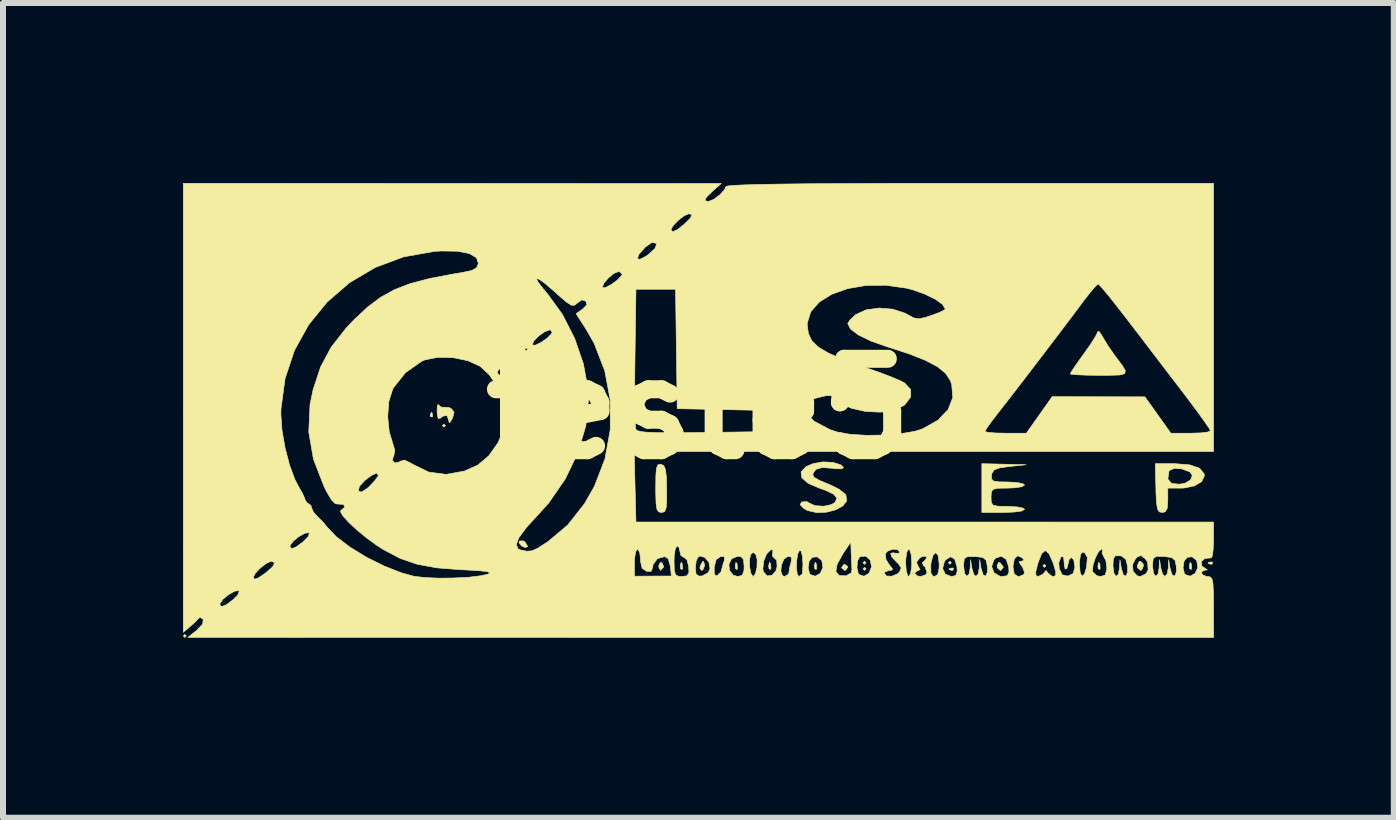
<source format=kicad_pcb>
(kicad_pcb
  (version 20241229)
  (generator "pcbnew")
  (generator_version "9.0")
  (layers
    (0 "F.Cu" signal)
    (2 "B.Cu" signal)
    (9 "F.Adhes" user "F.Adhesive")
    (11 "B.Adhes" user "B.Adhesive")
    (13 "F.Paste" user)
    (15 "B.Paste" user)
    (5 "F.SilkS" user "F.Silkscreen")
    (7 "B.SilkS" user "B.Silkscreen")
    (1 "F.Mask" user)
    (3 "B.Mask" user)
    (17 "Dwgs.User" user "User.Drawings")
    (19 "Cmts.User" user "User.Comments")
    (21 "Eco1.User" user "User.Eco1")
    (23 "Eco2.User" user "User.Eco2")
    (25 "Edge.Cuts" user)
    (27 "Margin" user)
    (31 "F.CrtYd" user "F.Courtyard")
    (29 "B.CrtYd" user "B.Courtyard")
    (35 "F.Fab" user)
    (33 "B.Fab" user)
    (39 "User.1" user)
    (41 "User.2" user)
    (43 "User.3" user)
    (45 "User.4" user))
  (footprint "teste5"
    (layer "F.Cu")
    (at 8.59 3.764)
    (property "Reference" "teste5" (at 0 0 0) (layer "F.SilkS") (effects (font (size 1.524 1.524) (thickness 0.3))))
    (attr through_hole)
    (fp_poly (pts (xy -8.534 3.785) (xy -8.56 3.81) (xy -8.585 3.785) (xy -8.56 3.759) (xy -8.534 3.785)) (stroke (width 0.01) (type solid)) (fill yes) (layer "F.SilkS"))
    (fp_poly (pts (xy -4.216 0.279) (xy -4.242 0.305) (xy -4.267 0.279) (xy -4.242 0.254) (xy -4.216 0.279)) (stroke (width 0.01) (type solid)) (fill yes) (layer "F.SilkS"))
    (fp_poly (pts (xy 2.794 2.565) (xy 2.769 2.591) (xy 2.743 2.565) (xy 2.769 2.54) (xy 2.794 2.565)) (stroke (width 0.01) (type solid)) (fill yes) (layer "F.SilkS"))
    (fp_poly (pts (xy 2.794 2.667) (xy 2.769 2.692) (xy 2.743 2.667) (xy 2.769 2.642) (xy 2.794 2.667)) (stroke (width 0.01) (type solid)) (fill yes) (layer "F.SilkS"))
    (fp_poly (pts (xy 4.216 2.565) (xy 4.191 2.591) (xy 4.166 2.565) (xy 4.191 2.54) (xy 4.216 2.565)) (stroke (width 0.01) (type solid)) (fill yes) (layer "F.SilkS"))
    (fp_poly (pts (xy 5.791 2.616) (xy 5.766 2.642) (xy 5.74 2.616) (xy 5.766 2.591) (xy 5.791 2.616)) (stroke (width 0.01) (type solid)) (fill yes) (layer "F.SilkS"))
    (fp_poly (pts (xy -4.437 0.068) (xy -4.43 0.128) (xy -4.437 0.135) (xy -4.467 0.128) (xy -4.47 0.102) (xy -4.452 0.06) (xy -4.437 0.068)) (stroke (width 0.01) (type solid)) (fill yes) (layer "F.SilkS"))
    (fp_poly (pts (xy -0.27 2.581) (xy -0.264 2.661) (xy -0.274 2.679) (xy -0.297 2.663) (xy -0.301 2.612) (xy -0.288 2.558) (xy -0.27 2.581)) (stroke (width 0.01) (type solid)) (fill yes) (layer "F.SilkS"))
    (fp_poly (pts (xy 0.644 2.581) (xy 0.65 2.661) (xy 0.64 2.679) (xy 0.617 2.663) (xy 0.614 2.612) (xy 0.626 2.558) (xy 0.644 2.581)) (stroke (width 0.01) (type solid)) (fill yes) (layer "F.SilkS"))
    (fp_poly (pts (xy 1.203 2.581) (xy 1.209 2.661) (xy 1.199 2.679) (xy 1.176 2.663) (xy 1.172 2.612) (xy 1.185 2.558) (xy 1.203 2.581)) (stroke (width 0.01) (type solid)) (fill yes) (layer "F.SilkS"))
    (fp_poly (pts (xy 1.965 2.581) (xy 1.971 2.661) (xy 1.961 2.679) (xy 1.938 2.663) (xy 1.934 2.612) (xy 1.947 2.558) (xy 1.965 2.581)) (stroke (width 0.01) (type solid)) (fill yes) (layer "F.SilkS"))
    (fp_poly (pts (xy 4.25 2.659) (xy 4.243 2.689) (xy 4.216 2.692) (xy 4.175 2.674) (xy 4.183 2.659) (xy 4.243 2.652) (xy 4.25 2.659)) (stroke (width 0.01) (type solid)) (fill yes) (layer "F.SilkS"))
    (fp_poly (pts (xy 6.69 2.581) (xy 6.696 2.661) (xy 6.685 2.679) (xy 6.662 2.663) (xy 6.659 2.612) (xy 6.671 2.558) (xy 6.69 2.581)) (stroke (width 0.01) (type solid)) (fill yes) (layer "F.SilkS"))
    (fp_poly (pts (xy 8.214 2.581) (xy 8.22 2.661) (xy 8.209 2.679) (xy 8.186 2.663) (xy 8.183 2.612) (xy 8.195 2.558) (xy 8.214 2.581)) (stroke (width 0.01) (type solid)) (fill yes) (layer "F.SilkS"))
    (fp_poly (pts (xy 8.568 2.557) (xy 8.561 2.587) (xy 8.534 2.591) (xy 8.493 2.572) (xy 8.501 2.557) (xy 8.561 2.551) (xy 8.568 2.557)) (stroke (width 0.01) (type solid)) (fill yes) (layer "F.SilkS"))
    (fp_poly (pts (xy -2.885 2.225) (xy -2.846 2.293) (xy -2.884 2.312) (xy -2.946 2.286) (xy -2.991 2.23) (xy -2.982 2.203) (xy -2.92 2.2) (xy -2.885 2.225)) (stroke (width 0.01) (type solid)) (fill yes) (layer "F.SilkS"))
    (fp_poly (pts (xy -0.609 2.566) (xy -0.579 2.627) (xy -0.586 2.645) (xy -0.635 2.69) (xy -0.659 2.639) (xy -0.66 2.613) (xy -0.635 2.561) (xy -0.609 2.566)) (stroke (width 0.01) (type solid)) (fill yes) (layer "F.SilkS"))
    (fp_poly (pts (xy 0.099 2.581) (xy 0.102 2.616) (xy 0.075 2.684) (xy 0.052 2.692) (xy 0.024 2.655) (xy 0.032 2.616) (xy 0.068 2.549) (xy 0.082 2.54) (xy 0.099 2.581)) (stroke (width 0.01) (type solid)) (fill yes) (layer "F.SilkS"))
    (fp_poly (pts (xy 2.488 2.629) (xy 2.489 2.642) (xy 2.451 2.691) (xy 2.438 2.692) (xy 2.389 2.654) (xy 2.388 2.642) (xy 2.426 2.592) (xy 2.438 2.591) (xy 2.488 2.629)) (stroke (width 0.01) (type solid)) (fill yes) (layer "F.SilkS"))
    (fp_poly (pts (xy 5.029 2.565) (xy 5.078 2.63) (xy 5.08 2.645) (xy 5.041 2.691) (xy 5.029 2.692) (xy 4.985 2.651) (xy 4.978 2.613) (xy 5.003 2.561) (xy 5.029 2.565)) (stroke (width 0.01) (type solid)) (fill yes) (layer "F.SilkS"))
    (fp_poly (pts (xy 7.411 2.581) (xy 7.417 2.616) (xy 7.389 2.684) (xy 7.366 2.692) (xy 7.321 2.651) (xy 7.315 2.616) (xy 7.343 2.549) (xy 7.366 2.54) (xy 7.411 2.581)) (stroke (width 0.01) (type solid)) (fill yes) (layer "F.SilkS"))
    (fp_poly (pts (xy -4.335 -0.066) (xy -4.276 -0.024) (xy -4.251 -0.028) (xy -4.159 -0.023) (xy -4.118 -0.003) (xy -4.072 0.054) (xy -4.095 0.146) (xy -4.102 0.161) (xy -4.144 0.233) (xy -4.16 0.215) (xy -4.162 0.191) (xy -4.191 0.111) (xy -4.26 0.122) (xy -4.3 0.155) (xy -4.338 0.16) (xy -4.354 0.072) (xy -4.355 0.04) (xy -4.351 -0.055) (xy -4.338 -0.073) (xy -4.335 -0.066)) (stroke (width 0.01) (type solid)) (fill yes) (layer "F.SilkS"))
    (fp_poly (pts (xy -0.622 0.924) (xy -0.576 0.948) (xy -0.549 1.012) (xy -0.534 1.136) (xy -0.529 1.334) (xy -0.529 1.533) (xy -0.538 1.652) (xy -0.561 1.709) (xy -0.603 1.727) (xy -0.617 1.727) (xy -0.664 1.717) (xy -0.692 1.672) (xy -0.706 1.572) (xy -0.711 1.398) (xy -0.711 1.317) (xy -0.709 1.113) (xy -0.699 0.992) (xy -0.677 0.935) (xy -0.639 0.922) (xy -0.622 0.924)) (stroke (width 0.01) (type solid)) (fill yes) (layer "F.SilkS"))
    (fp_poly (pts (xy 6.728 -1.217) (xy 6.74 -1.194) (xy 6.826 -1.052) (xy 6.935 -0.895) (xy 6.958 -0.864) (xy 7.064 -0.724) (xy 7.116 -0.636) (xy 7.104 -0.586) (xy 7.018 -0.564) (xy 6.847 -0.559) (xy 6.683 -0.559) (xy 6.475 -0.561) (xy 6.312 -0.568) (xy 6.215 -0.577) (xy 6.198 -0.584) (xy 6.226 -0.634) (xy 6.3 -0.744) (xy 6.405 -0.891) (xy 6.426 -0.92) (xy 6.537 -1.077) (xy 6.618 -1.206) (xy 6.656 -1.283) (xy 6.657 -1.288) (xy 6.678 -1.289) (xy 6.728 -1.217)) (stroke (width 0.01) (type solid)) (fill yes) (layer "F.SilkS"))
    (fp_poly (pts (xy 8.191 0.934) (xy 8.354 0.991) (xy 8.429 1.084) (xy 8.433 1.118) (xy 8.386 1.214) (xy 8.264 1.285) (xy 8.09 1.32) (xy 8.048 1.321) (xy 7.823 1.321) (xy 7.823 1.524) (xy 7.814 1.658) (xy 7.778 1.717) (xy 7.729 1.727) (xy 7.681 1.716) (xy 7.652 1.669) (xy 7.635 1.567) (xy 7.626 1.389) (xy 7.625 1.321) (xy 7.621 1.171) (xy 7.824 1.171) (xy 7.887 1.244) (xy 8.023 1.256) (xy 8.115 1.238) (xy 8.203 1.184) (xy 8.231 1.108) (xy 8.191 1.051) (xy 8.057 1.001) (xy 7.931 0.992) (xy 7.85 1.026) (xy 7.842 1.04) (xy 7.824 1.171) (xy 7.621 1.171) (xy 7.615 0.914) (xy 7.944 0.914) (xy 8.191 0.934)) (stroke (width 0.01) (type solid)) (fill yes) (layer "F.SilkS"))
    (fp_poly (pts (xy 5.461 0.931) (xy 5.182 0.961) (xy 5.018 0.984) (xy 4.93 1.017) (xy 4.893 1.072) (xy 4.886 1.105) (xy 4.885 1.17) (xy 4.92 1.204) (xy 5.015 1.217) (xy 5.153 1.219) (xy 5.307 1.227) (xy 5.41 1.249) (xy 5.436 1.27) (xy 5.39 1.298) (xy 5.271 1.316) (xy 5.156 1.321) (xy 4.996 1.323) (xy 4.913 1.34) (xy 4.882 1.385) (xy 4.877 1.471) (xy 4.877 1.473) (xy 4.881 1.56) (xy 4.912 1.606) (xy 4.994 1.623) (xy 5.152 1.626) (xy 5.156 1.626) (xy 5.309 1.634) (xy 5.411 1.655) (xy 5.436 1.676) (xy 5.389 1.702) (xy 5.263 1.72) (xy 5.08 1.727) (xy 5.08 1.727) (xy 4.724 1.727) (xy 4.724 0.914) (xy 5.461 0.931)) (stroke (width 0.01) (type solid)) (fill yes) (layer "F.SilkS"))
    (fp_poly (pts (xy 2.239 0.892) (xy 2.37 0.932) (xy 2.418 0.973) (xy 2.396 1) (xy 2.283 0.998) (xy 2.225 0.99) (xy 2.063 0.978) (xy 1.968 1.005) (xy 1.938 1.033) (xy 1.905 1.089) (xy 1.925 1.138) (xy 2.011 1.19) (xy 2.179 1.26) (xy 2.204 1.27) (xy 2.344 1.34) (xy 2.444 1.419) (xy 2.458 1.438) (xy 2.472 1.534) (xy 2.407 1.618) (xy 2.286 1.683) (xy 2.133 1.723) (xy 1.97 1.729) (xy 1.82 1.695) (xy 1.755 1.659) (xy 1.695 1.596) (xy 1.724 1.551) (xy 1.81 1.547) (xy 1.843 1.569) (xy 1.945 1.614) (xy 2.088 1.623) (xy 2.221 1.595) (xy 2.28 1.556) (xy 2.307 1.486) (xy 2.253 1.422) (xy 2.112 1.355) (xy 2.019 1.323) (xy 1.825 1.239) (xy 1.721 1.145) (xy 1.711 1.05) (xy 1.795 0.963) (xy 1.91 0.913) (xy 2.073 0.884) (xy 2.239 0.892)) (stroke (width 0.01) (type solid)) (fill yes) (layer "F.SilkS"))
    (fp_poly (pts (xy 8.585 0.711) (xy 3.758 0.711) (xy -1.07 0.711) (xy -1.056 1.299) (xy -1.041 1.886) (xy 3.772 1.886) (xy 8.585 1.887) (xy 8.585 2.188) (xy 8.579 2.346) (xy 8.564 2.453) (xy 8.547 2.483) (xy 8.44 2.494) (xy 8.381 2.548) (xy 8.387 2.616) (xy 8.445 2.659) (xy 8.483 2.682) (xy 8.445 2.688) (xy 8.385 2.716) (xy 8.397 2.763) (xy 8.467 2.793) (xy 8.484 2.794) (xy 8.53 2.801) (xy 8.559 2.834) (xy 8.576 2.912) (xy 8.583 3.053) (xy 8.585 3.275) (xy 8.585 3.302) (xy 8.585 3.81) (xy 0.038 3.81) (xy -8.509 3.809) (xy -8.361 3.691) (xy -8.262 3.587) (xy -8.253 3.509) (xy -8.253 3.508) (xy -8.304 3.474) (xy -8.325 3.487) (xy -8.384 3.55) (xy -8.471 3.627) (xy -8.585 3.724) (xy -8.585 3.255) (xy -7.976 3.255) (xy -7.951 3.297) (xy -7.872 3.267) (xy -7.754 3.18) (xy -7.673 3.096) (xy -7.653 3.038) (xy -7.659 3.03) (xy -7.727 3.038) (xy -7.827 3.094) (xy -7.922 3.171) (xy -7.974 3.243) (xy -7.976 3.255) (xy -8.585 3.255) (xy -8.585 2.803) (xy -7.417 2.803) (xy -7.4 2.84) (xy -7.341 2.822) (xy -7.222 2.742) (xy -7.212 2.734) (xy -7.097 2.634) (xy -7.064 2.567) (xy -7.115 2.54) (xy -7.121 2.54) (xy -7.198 2.573) (xy -7.298 2.65) (xy -7.383 2.738) (xy -7.417 2.803) (xy -8.585 2.803) (xy -8.585 2.29) (xy -6.807 2.29) (xy -6.782 2.332) (xy -6.704 2.302) (xy -6.586 2.214) (xy -6.505 2.131) (xy -6.484 2.072) (xy -6.491 2.064) (xy -6.559 2.073) (xy -6.659 2.129) (xy -6.754 2.206) (xy -6.805 2.278) (xy -6.807 2.29) (xy -8.585 2.29) (xy -8.585 0.094) (xy -6.959 0.094) (xy -6.94 0.358) (xy -6.889 0.65) (xy -6.815 0.935) (xy -6.726 1.176) (xy -6.671 1.282) (xy -6.598 1.409) (xy -6.557 1.504) (xy -6.553 1.523) (xy -6.515 1.573) (xy -6.502 1.575) (xy -6.455 1.615) (xy -6.452 1.64) (xy -6.416 1.721) (xy -6.358 1.785) (xy -6.249 1.895) (xy -6.193 1.965) (xy -6.038 2.129) (xy -5.81 2.303) (xy -5.535 2.471) (xy -5.238 2.62) (xy -4.946 2.734) (xy -4.743 2.79) (xy -4.561 2.812) (xy -4.326 2.822) (xy -4.07 2.819) (xy -3.824 2.806) (xy -3.62 2.781) (xy -3.505 2.754) (xy -3.474 2.732) (xy -3.515 2.714) (xy -3.638 2.699) (xy -3.85 2.686) (xy -3.962 2.681) (xy -4.36 2.65) (xy -4.687 2.59) (xy -4.765 2.563) (xy -1.067 2.563) (xy -1.067 2.789) (xy -0.759 2.787) (xy -0.451 2.786) (xy -0.467 2.625) (xy -0.491 2.54) (xy -0.406 2.54) (xy -0.402 2.691) (xy -0.381 2.766) (xy -0.33 2.792) (xy -0.276 2.794) (xy -0.188 2.782) (xy -0.158 2.726) (xy -0.161 2.648) (xy -0.051 2.648) (xy -0.039 2.755) (xy 0.011 2.788) (xy 0.064 2.785) (xy 0.166 2.728) (xy 0.193 2.663) (xy 0.189 2.639) (xy 0.263 2.639) (xy 0.265 2.757) (xy 0.304 2.785) (xy 0.309 2.784) (xy 0.374 2.721) (xy 0.384 2.69) (xy 0.41 2.592) (xy 0.508 2.592) (xy 0.519 2.695) (xy 0.582 2.773) (xy 0.659 2.794) (xy 0.731 2.774) (xy 0.759 2.695) (xy 0.762 2.623) (xy 0.752 2.512) (xy 0.851 2.512) (xy 0.853 2.629) (xy 0.873 2.737) (xy 0.908 2.793) (xy 0.914 2.794) (xy 0.949 2.75) (xy 0.97 2.667) (xy 1.074 2.667) (xy 1.084 2.716) (xy 1.146 2.784) (xy 1.225 2.775) (xy 1.287 2.706) (xy 1.374 2.706) (xy 1.401 2.78) (xy 1.436 2.794) (xy 1.5 2.758) (xy 1.508 2.731) (xy 1.519 2.658) (xy 1.635 2.658) (xy 1.648 2.758) (xy 1.674 2.794) (xy 1.73 2.756) (xy 1.734 2.743) (xy 1.739 2.648) (xy 1.829 2.648) (xy 1.852 2.746) (xy 1.864 2.762) (xy 1.948 2.789) (xy 2.031 2.742) (xy 2.044 2.712) (xy 2.291 2.712) (xy 2.346 2.778) (xy 2.462 2.783) (xy 2.546 2.735) (xy 2.559 2.68) (xy 2.557 2.649) (xy 2.643 2.649) (xy 2.665 2.745) (xy 2.677 2.762) (xy 2.76 2.79) (xy 2.838 2.743) (xy 3.099 2.743) (xy 3.137 2.787) (xy 3.223 2.789) (xy 3.316 2.751) (xy 3.35 2.721) (xy 3.38 2.652) (xy 3.331 2.579) (xy 3.315 2.565) (xy 3.454 2.565) (xy 3.464 2.702) (xy 3.49 2.784) (xy 3.505 2.794) (xy 3.535 2.749) (xy 3.536 2.743) (xy 3.607 2.743) (xy 3.649 2.784) (xy 3.708 2.794) (xy 3.791 2.764) (xy 3.81 2.721) (xy 3.776 2.632) (xy 3.754 2.613) (xy 3.751 2.607) (xy 3.873 2.607) (xy 3.875 2.738) (xy 3.912 2.79) (xy 3.936 2.794) (xy 3.989 2.762) (xy 4.01 2.663) (xy 4.07 2.663) (xy 4.117 2.757) (xy 4.218 2.794) (xy 4.29 2.778) (xy 4.313 2.709) (xy 4.309 2.629) (xy 4.307 2.624) (xy 4.42 2.624) (xy 4.437 2.747) (xy 4.474 2.791) (xy 4.512 2.751) (xy 4.529 2.654) (xy 4.536 2.515) (xy 4.558 2.654) (xy 4.588 2.756) (xy 4.626 2.794) (xy 4.663 2.75) (xy 4.681 2.654) (xy 4.689 2.515) (xy 4.71 2.654) (xy 4.746 2.767) (xy 4.789 2.788) (xy 4.817 2.721) (xy 4.817 2.632) (xy 4.816 2.627) (xy 4.887 2.627) (xy 4.927 2.731) (xy 5.025 2.79) (xy 5.061 2.794) (xy 5.148 2.781) (xy 5.176 2.722) (xy 5.172 2.633) (xy 5.17 2.627) (xy 5.243 2.627) (xy 5.244 2.642) (xy 5.265 2.756) (xy 5.331 2.794) (xy 5.342 2.794) (xy 5.42 2.764) (xy 5.436 2.728) (xy 5.431 2.716) (xy 5.622 2.716) (xy 5.626 2.779) (xy 5.663 2.794) (xy 5.745 2.754) (xy 5.762 2.731) (xy 5.795 2.693) (xy 5.821 2.731) (xy 5.891 2.789) (xy 5.919 2.794) (xy 5.956 2.777) (xy 5.955 2.713) (xy 5.915 2.578) (xy 5.911 2.567) (xy 6.006 2.567) (xy 6.015 2.667) (xy 6.063 2.766) (xy 6.15 2.786) (xy 6.161 2.785) (xy 6.247 2.744) (xy 6.274 2.64) (xy 6.274 2.629) (xy 6.268 2.591) (xy 6.35 2.591) (xy 6.363 2.734) (xy 6.396 2.789) (xy 6.437 2.75) (xy 6.45 2.704) (xy 6.568 2.704) (xy 6.572 2.719) (xy 6.641 2.781) (xy 6.704 2.794) (xy 6.78 2.77) (xy 6.806 2.681) (xy 6.807 2.645) (xy 6.803 2.613) (xy 6.909 2.613) (xy 6.925 2.739) (xy 6.961 2.791) (xy 6.998 2.76) (xy 7.018 2.654) (xy 7.026 2.515) (xy 7.047 2.654) (xy 7.082 2.767) (xy 7.125 2.788) (xy 7.153 2.722) (xy 7.153 2.629) (xy 7.147 2.602) (xy 7.233 2.602) (xy 7.246 2.71) (xy 7.314 2.783) (xy 7.366 2.794) (xy 7.455 2.751) (xy 7.495 2.687) (xy 7.491 2.621) (xy 7.569 2.621) (xy 7.586 2.745) (xy 7.623 2.791) (xy 7.661 2.753) (xy 7.678 2.654) (xy 7.686 2.515) (xy 7.707 2.654) (xy 7.737 2.756) (xy 7.776 2.794) (xy 7.813 2.75) (xy 7.831 2.654) (xy 7.838 2.515) (xy 7.86 2.654) (xy 7.895 2.767) (xy 7.939 2.788) (xy 7.967 2.72) (xy 7.966 2.648) (xy 8.077 2.648) (xy 8.1 2.746) (xy 8.113 2.762) (xy 8.196 2.789) (xy 8.279 2.742) (xy 8.323 2.647) (xy 8.305 2.527) (xy 8.228 2.466) (xy 8.145 2.474) (xy 8.094 2.539) (xy 8.077 2.648) (xy 7.966 2.648) (xy 7.966 2.634) (xy 7.945 2.527) (xy 7.888 2.479) (xy 7.764 2.461) (xy 7.76 2.461) (xy 7.635 2.459) (xy 7.582 2.491) (xy 7.569 2.584) (xy 7.569 2.621) (xy 7.491 2.621) (xy 7.488 2.556) (xy 7.447 2.498) (xy 7.377 2.444) (xy 7.317 2.468) (xy 7.285 2.498) (xy 7.233 2.602) (xy 7.147 2.602) (xy 7.123 2.506) (xy 7.051 2.453) (xy 7.023 2.448) (xy 6.947 2.45) (xy 6.915 2.503) (xy 6.909 2.613) (xy 6.803 2.613) (xy 6.791 2.527) (xy 6.756 2.463) (xy 6.726 2.402) (xy 6.733 2.384) (xy 6.733 2.34) (xy 6.721 2.337) (xy 6.669 2.38) (xy 6.616 2.483) (xy 6.577 2.604) (xy 6.568 2.704) (xy 6.45 2.704) (xy 6.47 2.636) (xy 6.482 2.475) (xy 6.436 2.396) (xy 6.398 2.388) (xy 6.368 2.433) (xy 6.351 2.545) (xy 6.35 2.591) (xy 6.268 2.591) (xy 6.257 2.521) (xy 6.219 2.476) (xy 6.181 2.506) (xy 6.168 2.557) (xy 6.141 2.661) (xy 6.112 2.67) (xy 6.096 2.583) (xy 6.096 2.564) (xy 6.086 2.469) (xy 6.052 2.463) (xy 6.039 2.475) (xy 6.006 2.567) (xy 5.911 2.567) (xy 5.91 2.563) (xy 5.843 2.412) (xy 5.781 2.361) (xy 5.721 2.412) (xy 5.661 2.564) (xy 5.656 2.582) (xy 5.622 2.716) (xy 5.431 2.716) (xy 5.402 2.636) (xy 5.375 2.601) (xy 5.342 2.551) (xy 5.385 2.54) (xy 5.428 2.523) (xy 5.399 2.483) (xy 5.322 2.448) (xy 5.265 2.501) (xy 5.243 2.627) (xy 5.17 2.627) (xy 5.129 2.507) (xy 5.048 2.456) (xy 4.953 2.489) (xy 4.926 2.517) (xy 4.887 2.627) (xy 4.816 2.627) (xy 4.796 2.525) (xy 4.741 2.477) (xy 4.62 2.462) (xy 4.61 2.462) (xy 4.485 2.463) (xy 4.432 2.497) (xy 4.42 2.59) (xy 4.42 2.624) (xy 4.307 2.624) (xy 4.271 2.504) (xy 4.202 2.464) (xy 4.121 2.516) (xy 4.1 2.546) (xy 4.07 2.663) (xy 4.01 2.663) (xy 4.011 2.655) (xy 4.013 2.587) (xy 3.996 2.446) (xy 3.957 2.397) (xy 3.912 2.437) (xy 3.878 2.562) (xy 3.873 2.607) (xy 3.751 2.607) (xy 3.73 2.568) (xy 3.765 2.536) (xy 3.806 2.482) (xy 3.797 2.459) (xy 3.735 2.458) (xy 3.684 2.489) (xy 3.634 2.56) (xy 3.663 2.623) (xy 3.695 2.681) (xy 3.664 2.692) (xy 3.61 2.728) (xy 3.607 2.743) (xy 3.536 2.743) (xy 3.554 2.634) (xy 3.556 2.565) (xy 3.546 2.429) (xy 3.52 2.347) (xy 3.505 2.337) (xy 3.475 2.382) (xy 3.457 2.497) (xy 3.454 2.565) (xy 3.315 2.565) (xy 3.306 2.557) (xy 3.224 2.469) (xy 3.204 2.409) (xy 3.251 2.398) (xy 3.277 2.406) (xy 3.342 2.407) (xy 3.353 2.386) (xy 3.315 2.343) (xy 3.232 2.341) (xy 3.15 2.374) (xy 3.116 2.415) (xy 3.125 2.508) (xy 3.177 2.593) (xy 3.235 2.665) (xy 3.223 2.69) (xy 3.183 2.692) (xy 3.11 2.718) (xy 3.099 2.743) (xy 2.838 2.743) (xy 2.841 2.742) (xy 2.885 2.637) (xy 2.886 2.635) (xy 2.864 2.521) (xy 2.791 2.455) (xy 2.694 2.463) (xy 2.688 2.467) (xy 2.651 2.537) (xy 2.643 2.649) (xy 2.557 2.649) (xy 2.553 2.569) (xy 2.547 2.42) (xy 2.546 2.406) (xy 2.54 2.221) (xy 2.413 2.408) (xy 2.313 2.588) (xy 2.291 2.712) (xy 2.044 2.712) (xy 2.075 2.647) (xy 2.057 2.527) (xy 1.98 2.466) (xy 1.897 2.474) (xy 1.846 2.539) (xy 1.829 2.648) (xy 1.739 2.648) (xy 1.742 2.593) (xy 1.734 2.46) (xy 1.713 2.372) (xy 1.687 2.356) (xy 1.655 2.418) (xy 1.638 2.532) (xy 1.635 2.658) (xy 1.519 2.658) (xy 1.523 2.633) (xy 1.544 2.557) (xy 1.555 2.475) (xy 1.502 2.458) (xy 1.488 2.46) (xy 1.424 2.507) (xy 1.384 2.602) (xy 1.374 2.706) (xy 1.287 2.706) (xy 1.291 2.701) (xy 1.311 2.628) (xy 1.305 2.524) (xy 1.268 2.489) (xy 1.232 2.452) (xy 1.239 2.409) (xy 1.24 2.349) (xy 1.207 2.349) (xy 1.137 2.417) (xy 1.088 2.539) (xy 1.074 2.667) (xy 0.97 2.667) (xy 0.976 2.644) (xy 0.976 2.643) (xy 0.979 2.51) (xy 0.954 2.42) (xy 0.91 2.393) (xy 0.873 2.427) (xy 0.851 2.512) (xy 0.752 2.512) (xy 0.751 2.506) (xy 0.707 2.461) (xy 0.648 2.458) (xy 0.551 2.501) (xy 0.508 2.592) (xy 0.41 2.592) (xy 0.414 2.577) (xy 0.431 2.531) (xy 0.435 2.466) (xy 0.372 2.46) (xy 0.296 2.513) (xy 0.263 2.639) (xy 0.189 2.639) (xy 0.175 2.557) (xy 0.109 2.477) (xy 0.028 2.453) (xy 0.002 2.462) (xy -0.036 2.532) (xy -0.051 2.648) (xy -0.161 2.648) (xy -0.162 2.629) (xy -0.191 2.514) (xy -0.24 2.476) (xy -0.241 2.477) (xy -0.292 2.445) (xy -0.305 2.388) (xy -0.326 2.305) (xy -0.356 2.286) (xy -0.385 2.332) (xy -0.403 2.449) (xy -0.406 2.54) (xy -0.491 2.54) (xy -0.501 2.501) (xy -0.559 2.461) (xy -0.684 2.497) (xy -0.756 2.597) (xy -0.762 2.643) (xy -0.789 2.709) (xy -0.864 2.707) (xy -0.938 2.658) (xy -0.964 2.545) (xy -0.965 2.509) (xy -0.978 2.394) (xy -1.011 2.338) (xy -1.016 2.337) (xy -1.046 2.382) (xy -1.065 2.497) (xy -1.067 2.563) (xy -4.765 2.563) (xy -4.974 2.491) (xy -5.249 2.346) (xy -5.348 2.283) (xy -5.375 2.264) (xy -3.036 2.264) (xy -3.004 2.335) (xy -2.963 2.352) (xy -2.86 2.373) (xy -2.776 2.367) (xy -2.678 2.323) (xy -2.535 2.231) (xy -2.506 2.212) (xy -2.178 1.936) (xy -1.899 1.581) (xy -1.735 1.295) (xy -1.557 0.834) (xy -1.469 0.346) (xy -1.47 -0.149) (xy -1.486 -0.233) (xy -1.062 -0.233) (xy -1.06 0.019) (xy -1.056 0.208) (xy -1.049 0.318) (xy -1.046 0.337) (xy -1.02 0.362) (xy -0.958 0.379) (xy -0.845 0.391) (xy -0.671 0.397) (xy -0.423 0.399) (xy -0.089 0.396) (xy 0.012 0.395) (xy 1.041 0.381) (xy 1.041 0.025) (xy -0.353 -0.003) (xy -0.354 -0.043) (xy 1.709 -0.043) (xy 1.742 0.016) (xy 1.928 0.206) (xy 2.197 0.348) (xy 2.32 0.388) (xy 2.533 0.425) (xy 2.802 0.441) (xy 3.094 0.437) (xy 3.375 0.414) (xy 3.598 0.376) (xy 4.775 0.376) (xy 4.822 0.391) (xy 4.944 0.402) (xy 5.115 0.406) (xy 5.121 0.406) (xy 5.466 0.406) (xy 5.681 0.102) (xy 5.896 -0.203) (xy 7.442 -0.2) (xy 7.874 0.406) (xy 8.204 0.406) (xy 8.372 0.401) (xy 8.491 0.386) (xy 8.534 0.366) (xy 8.505 0.313) (xy 8.424 0.196) (xy 8.302 0.027) (xy 8.149 -0.178) (xy 8.051 -0.307) (xy 7.835 -0.589) (xy 7.594 -0.904) (xy 7.357 -1.215) (xy 7.15 -1.485) (xy 7.13 -1.511) (xy 6.971 -1.716) (xy 6.834 -1.888) (xy 6.729 -2.013) (xy 6.669 -2.077) (xy 6.661 -2.082) (xy 6.618 -2.043) (xy 6.532 -1.943) (xy 6.42 -1.799) (xy 6.394 -1.764) (xy 6.216 -1.526) (xy 6.002 -1.243) (xy 5.77 -0.938) (xy 5.536 -0.632) (xy 5.317 -0.347) (xy 5.13 -0.105) (xy 5.022 0.033) (xy 4.905 0.184) (xy 4.819 0.303) (xy 4.777 0.37) (xy 4.775 0.376) (xy 3.598 0.376) (xy 3.613 0.373) (xy 3.734 0.335) (xy 3.992 0.189) (xy 4.162 0.012) (xy 4.24 -0.189) (xy 4.221 -0.409) (xy 4.199 -0.471) (xy 4.122 -0.59) (xy 3.988 -0.7) (xy 3.785 -0.808) (xy 3.504 -0.919) (xy 3.149 -1.034) (xy 2.875 -1.13) (xy 2.666 -1.232) (xy 2.534 -1.332) (xy 2.489 -1.421) (xy 2.525 -1.48) (xy 2.614 -1.564) (xy 2.623 -1.571) (xy 2.792 -1.649) (xy 3.011 -1.68) (xy 3.241 -1.661) (xy 3.445 -1.594) (xy 3.479 -1.575) (xy 3.585 -1.517) (xy 3.672 -1.5) (xy 3.784 -1.524) (xy 3.879 -1.555) (xy 4.015 -1.606) (xy 4.1 -1.648) (xy 4.115 -1.663) (xy 4.069 -1.74) (xy 3.947 -1.828) (xy 3.77 -1.914) (xy 3.563 -1.987) (xy 3.464 -2.012) (xy 3.122 -2.06) (xy 2.791 -2.056) (xy 2.487 -2.004) (xy 2.223 -1.91) (xy 2.013 -1.779) (xy 1.872 -1.617) (xy 1.814 -1.429) (xy 1.814 -1.393) (xy 1.833 -1.255) (xy 1.888 -1.138) (xy 1.993 -1.034) (xy 2.158 -0.934) (xy 2.395 -0.829) (xy 2.717 -0.712) (xy 2.813 -0.679) (xy 3.037 -0.6) (xy 3.236 -0.524) (xy 3.382 -0.46) (xy 3.437 -0.431) (xy 3.537 -0.323) (xy 3.539 -0.2) (xy 3.444 -0.073) (xy 3.422 -0.054) (xy 3.254 0.024) (xy 3.032 0.055) (xy 2.788 0.044) (xy 2.554 -0.008) (xy 2.361 -0.095) (xy 2.261 -0.185) (xy 2.213 -0.219) (xy 2.131 -0.22) (xy 1.988 -0.186) (xy 1.94 -0.172) (xy 1.788 -0.124) (xy 1.717 -0.087) (xy 1.709 -0.043) (xy -0.354 -0.043) (xy -0.367 -0.998) (xy -0.381 -1.993) (xy -1.041 -1.993) (xy -1.057 -0.864) (xy -1.061 -0.532) (xy -1.062 -0.233) (xy -1.486 -0.233) (xy -1.561 -0.635) (xy -1.739 -1.095) (xy -1.863 -1.312) (xy -2.038 -1.586) (xy -1.929 -1.663) (xy -1.858 -1.735) (xy -1.876 -1.794) (xy -1.944 -1.816) (xy -2.015 -1.766) (xy -2.064 -1.727) (xy -2.117 -1.727) (xy -2.194 -1.775) (xy -2.317 -1.88) (xy -2.375 -1.933) (xy -2.487 -2.031) (xy -1.6 -2.031) (xy -1.595 -2.018) (xy -1.54 -2.025) (xy -1.445 -2.077) (xy -1.347 -2.149) (xy -1.281 -2.218) (xy -1.27 -2.245) (xy -1.311 -2.283) (xy -1.337 -2.286) (xy -1.412 -2.255) (xy -1.5 -2.182) (xy -1.573 -2.097) (xy -1.6 -2.031) (xy -2.487 -2.031) (xy -2.545 -2.081) (xy -2.654 -2.16) (xy -2.698 -2.171) (xy -2.674 -2.114) (xy -2.578 -1.99) (xy -2.516 -1.918) (xy -2.267 -1.575) (xy -2.063 -1.175) (xy -1.917 -0.75) (xy -1.839 -0.332) (xy -1.831 -0.152) (xy -1.877 0.285) (xy -2.009 0.732) (xy -2.217 1.166) (xy -2.491 1.564) (xy -2.655 1.747) (xy -2.863 1.973) (xy -2.99 2.144) (xy -3.036 2.264) (xy -5.375 2.264) (xy -5.522 2.158) (xy -5.687 2.023) (xy -5.826 1.894) (xy -5.924 1.785) (xy -5.966 1.712) (xy -5.956 1.69) (xy -5.895 1.64) (xy -5.914 1.592) (xy -5.988 1.588) (xy -6.05 1.582) (xy -6.114 1.52) (xy -6.194 1.385) (xy -6.204 1.364) (xy -5.668 1.364) (xy -5.665 1.37) (xy -5.613 1.387) (xy -5.518 1.324) (xy -5.481 1.29) (xy -5.388 1.191) (xy -5.337 1.119) (xy -5.334 1.108) (xy -5.361 1.071) (xy -5.447 1.108) (xy -5.556 1.19) (xy -5.649 1.289) (xy -5.668 1.364) (xy -6.204 1.364) (xy -6.236 1.302) (xy -6.415 0.842) (xy -6.494 0.387) (xy -6.482 0.13) (xy -5.178 0.13) (xy -5.153 0.381) (xy -5.105 0.542) (xy -5.06 0.691) (xy -5.076 0.782) (xy -5.082 0.79) (xy -5.102 0.861) (xy -5.057 0.902) (xy -4.983 0.886) (xy -4.966 0.872) (xy -4.895 0.854) (xy -4.781 0.911) (xy -4.761 0.924) (xy -4.495 1.054) (xy -4.203 1.092) (xy -3.899 1.037) (xy -3.675 0.936) (xy -3.493 0.782) (xy -3.34 0.565) (xy -3.235 0.319) (xy -3.2 0.102) (xy -3.239 -0.118) (xy -3.341 -0.355) (xy -3.486 -0.568) (xy -3.527 -0.606) (xy -3.353 -0.606) (xy -3.322 -0.561) (xy -3.234 -0.592) (xy -3.114 -0.681) (xy -3.031 -0.769) (xy -3.003 -0.831) (xy -3.007 -0.839) (xy -3.065 -0.835) (xy -3.163 -0.785) (xy -3.265 -0.713) (xy -3.338 -0.64) (xy -3.353 -0.606) (xy -3.527 -0.606) (xy -3.637 -0.709) (xy -3.84 -0.802) (xy -4.087 -0.853) (xy -4.34 -0.859) (xy -4.559 -0.816) (xy -4.612 -0.793) (xy -4.882 -0.603) (xy -5.079 -0.356) (xy -5.098 -0.32) (xy -5.16 -0.119) (xy -5.178 0.13) (xy -6.482 0.13) (xy -6.473 -0.071) (xy -6.422 -0.319) (xy -6.296 -0.7) (xy -6.14 -0.991) (xy -2.896 -0.991) (xy -2.87 -0.965) (xy -2.845 -0.991) (xy -2.87 -1.016) (xy -2.896 -0.991) (xy -6.14 -0.991) (xy -6.117 -1.032) (xy -6.089 -1.068) (xy -2.769 -1.068) (xy -2.766 -1.063) (xy -2.715 -1.062) (xy -2.623 -1.107) (xy -2.524 -1.175) (xy -2.453 -1.245) (xy -2.438 -1.28) (xy -2.471 -1.319) (xy -2.563 -1.284) (xy -2.661 -1.215) (xy -2.744 -1.132) (xy -2.769 -1.068) (xy -6.089 -1.068) (xy -5.869 -1.349) (xy -5.738 -1.486) (xy -5.516 -1.694) (xy -5.299 -1.857) (xy -5.069 -1.985) (xy -4.805 -2.087) (xy -4.486 -2.171) (xy -4.093 -2.246) (xy -3.937 -2.272) (xy -3.779 -2.305) (xy -3.698 -2.35) (xy -3.668 -2.419) (xy -3.667 -2.421) (xy -3.695 -2.506) (xy -1.018 -2.506) (xy -0.978 -2.49) (xy -0.874 -2.543) (xy -0.836 -2.571) (xy -0.722 -2.674) (xy -0.698 -2.744) (xy -0.708 -2.761) (xy -0.778 -2.772) (xy -0.886 -2.695) (xy -0.888 -2.693) (xy -0.99 -2.578) (xy -1.018 -2.506) (xy -3.695 -2.506) (xy -3.699 -2.519) (xy -3.819 -2.589) (xy -4.019 -2.627) (xy -4.288 -2.631) (xy -4.402 -2.624) (xy -4.914 -2.533) (xy -5.387 -2.356) (xy -5.815 -2.102) (xy -6.187 -1.781) (xy -6.497 -1.4) (xy -6.734 -0.971) (xy -6.89 -0.501) (xy -6.957 0.000334) (xy -6.959 0.094) (xy -8.585 0.094) (xy -8.585 -2.988) (xy -0.457 -2.988) (xy -0.429 -2.95) (xy -0.342 -2.992) (xy -0.241 -3.073) (xy -0.134 -3.177) (xy -0.107 -3.233) (xy -0.155 -3.251) (xy -0.162 -3.251) (xy -0.238 -3.218) (xy -0.338 -3.141) (xy -0.423 -3.053) (xy -0.457 -2.988) (xy -8.585 -2.988) (xy -8.585 -3.759) (xy 0.381 -3.756) (xy 0.241 -3.633) (xy 0.134 -3.529) (xy 0.107 -3.473) (xy 0.157 -3.456) (xy 0.165 -3.456) (xy 0.254 -3.49) (xy 0.357 -3.567) (xy 0.437 -3.654) (xy 0.457 -3.704) (xy 0.492 -3.715) (xy 0.598 -3.725) (xy 0.779 -3.733) (xy 1.039 -3.74) (xy 1.38 -3.746) (xy 1.805 -3.751) (xy 2.319 -3.754) (xy 2.924 -3.757) (xy 3.624 -3.759) (xy 4.422 -3.759) (xy 4.521 -3.759) (xy 8.585 -3.759) (xy 8.585 0.711)) (stroke (width 0.01) (type solid)) (fill yes) (layer "F.SilkS")))
  (gr_rect
    (start -3 -3)
    (end 20.18 10.579)
    (stroke (width 0.1) (type default))
    (fill no)
    (layer "Edge.Cuts")))
</source>
